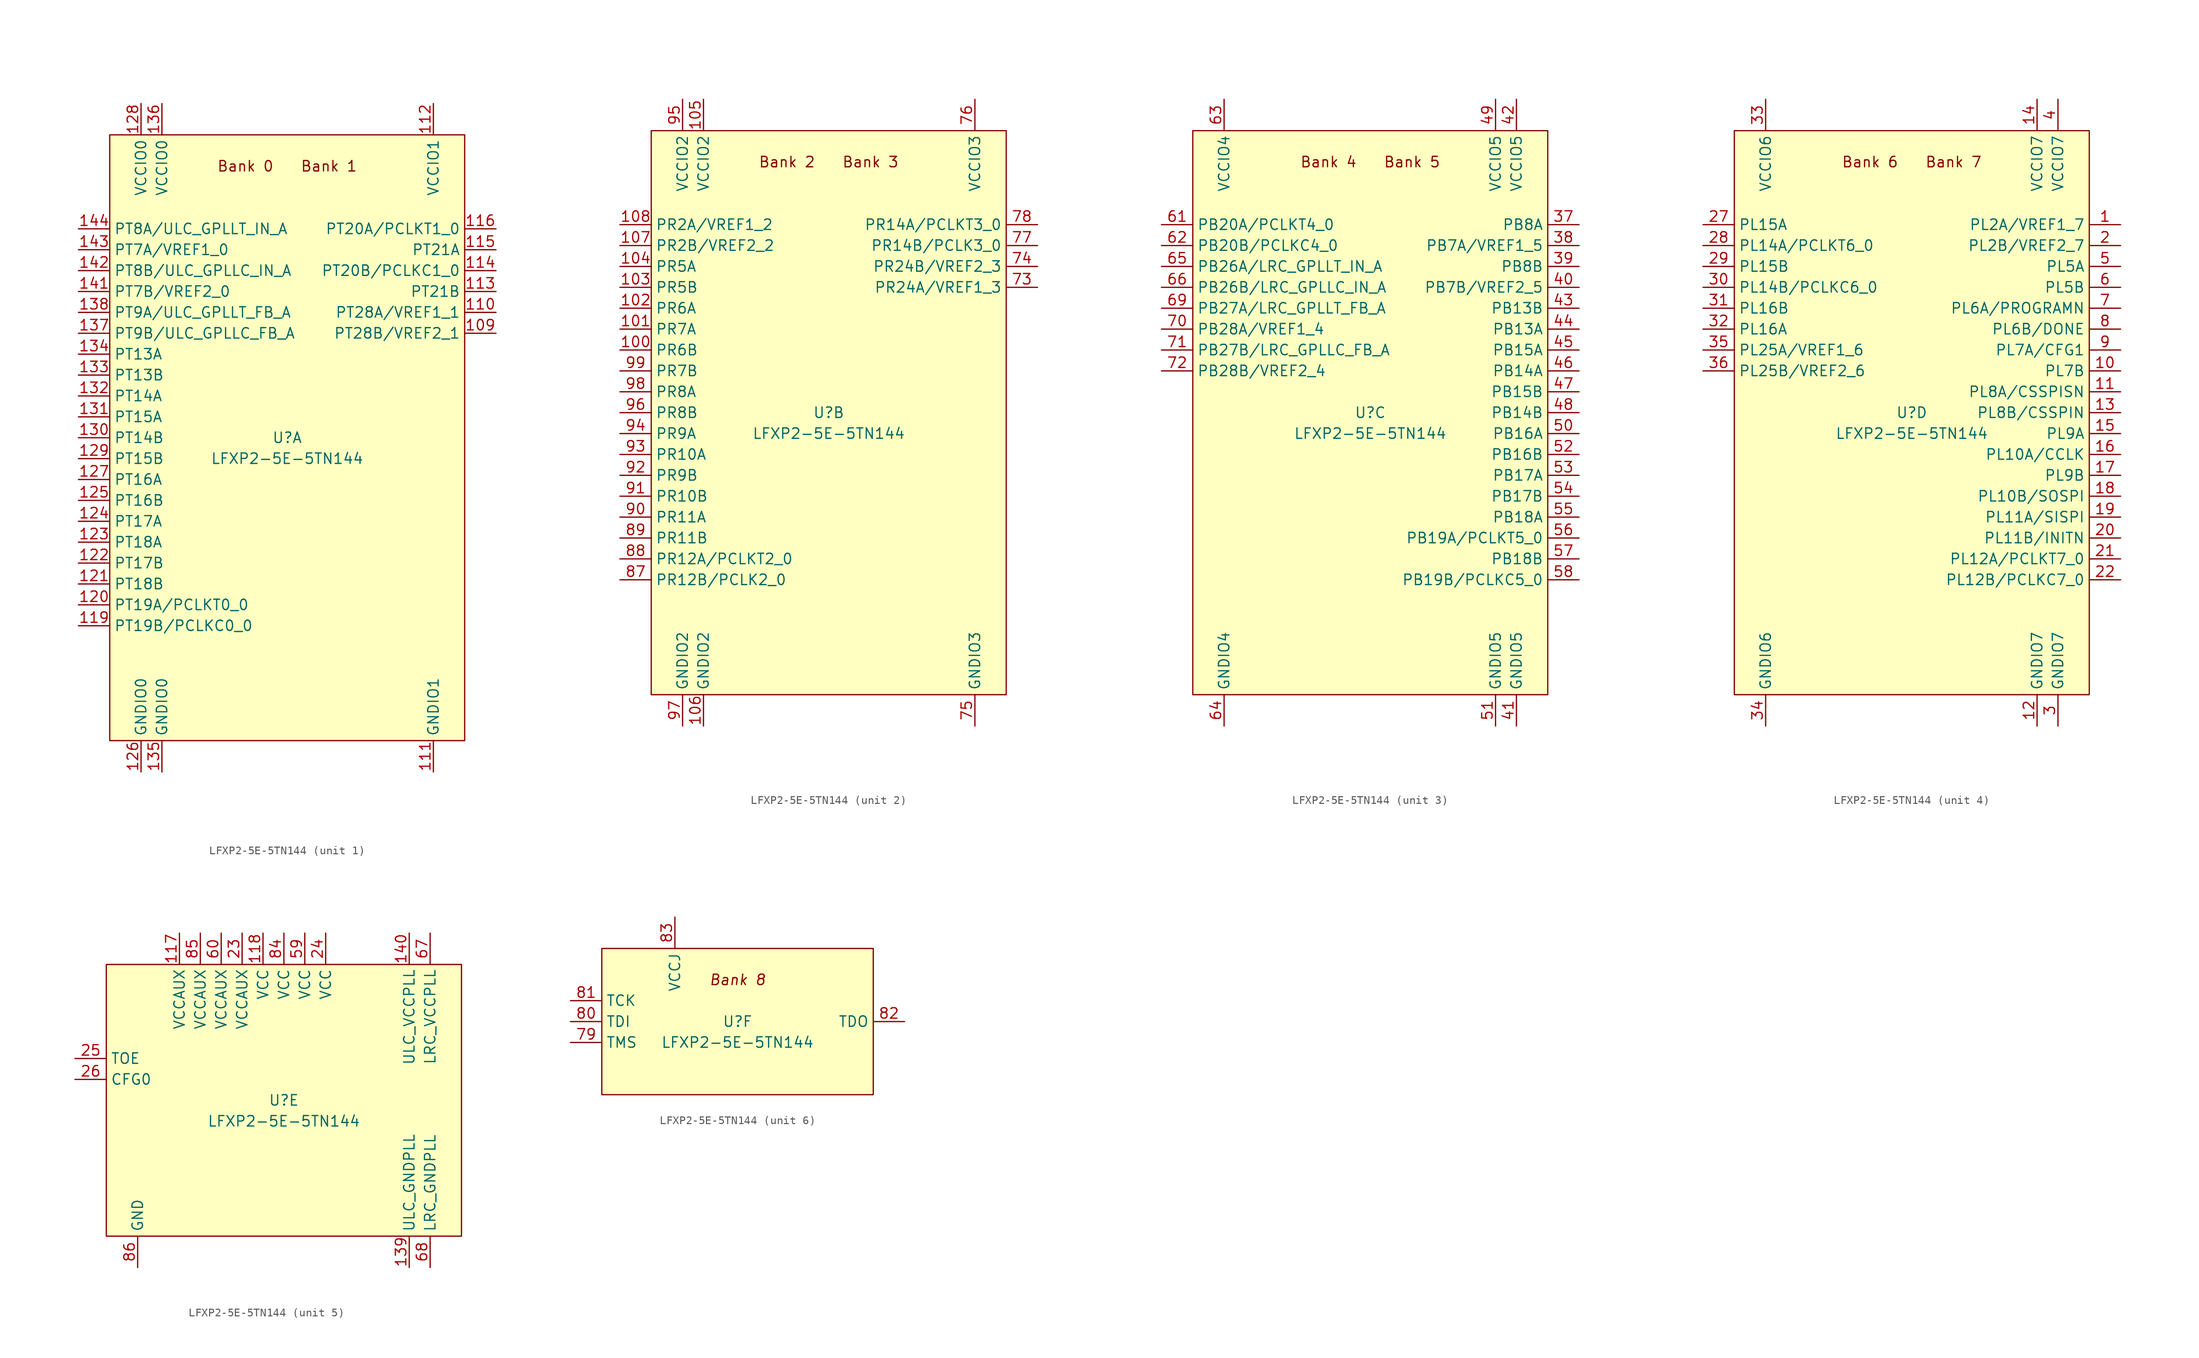
<source format=kicad_sym>
(kicad_symbol_lib
  (version 20201005)
  (generator kicad_symbol_editor)
  (symbol "LFXP2-5E-5TN144"
    (property "Reference" "U"
      (at 0 0 0)
      (effects (font (size 1.27 1.27))))
    (property "Value" "LFXP2-5E-5TN144"
      (at 0 -2.54 0)
      (effects (font (size 1.27 1.27))))
    (property "ki_locked" ""
      (at 0 0 0)
      (effects (font (size 1.27 1.27))))
    (symbol "LFXP2-5E-5TN144_1_0"
      (text "Bank 0" (at -5.08 33.02 0) (effects (font (size 1.27 1.27))))
      (text "Bank 1" (at 5.08 33.02 0) (effects (font (size 1.27 1.27)))))
    (symbol "LFXP2-5E-5TN144_1_1"
      (rectangle (start -21.59 36.83) (end 21.59 -36.83) (stroke (width 0)) (fill (type background)))
      (pin bidirectional line (at 25.4 12.7 180) (length 3.81) (name "PT28B/VREF2_1" (effects (font (size 1.27 1.27)))) (number "109" (effects (font (size 1.27 1.27)))))
      (pin bidirectional line (at 25.4 15.24 180) (length 3.81) (name "PT28A/VREF1_1" (effects (font (size 1.27 1.27)))) (number "110" (effects (font (size 1.27 1.27)))))
      (pin power_in line (at 17.78 -40.64 90) (length 3.81) (name "GNDIO1" (effects (font (size 1.27 1.27)))) (number "111" (effects (font (size 1.27 1.27)))))
      (pin power_in line (at 17.78 40.64 270) (length 3.81) (name "VCCIO1" (effects (font (size 1.27 1.27)))) (number "112" (effects (font (size 1.27 1.27)))))
      (pin bidirectional line (at 25.4 17.78 180) (length 3.81) (name "PT21B" (effects (font (size 1.27 1.27)))) (number "113" (effects (font (size 1.27 1.27)))))
      (pin bidirectional line (at 25.4 20.32 180) (length 3.81) (name "PT20B/PCLKC1_0" (effects (font (size 1.27 1.27)))) (number "114" (effects (font (size 1.27 1.27)))))
      (pin bidirectional line (at 25.4 22.86 180) (length 3.81) (name "PT21A" (effects (font (size 1.27 1.27)))) (number "115" (effects (font (size 1.27 1.27)))))
      (pin bidirectional line (at 25.4 25.4 180) (length 3.81) (name "PT20A/PCLKT1_0" (effects (font (size 1.27 1.27)))) (number "116" (effects (font (size 1.27 1.27)))))
      (pin bidirectional line (at -25.4 -22.86 0) (length 3.81) (name "PT19B/PCLKC0_0" (effects (font (size 1.27 1.27)))) (number "119" (effects (font (size 1.27 1.27)))))
      (pin bidirectional line (at -25.4 -20.32 0) (length 3.81) (name "PT19A/PCLKT0_0" (effects (font (size 1.27 1.27)))) (number "120" (effects (font (size 1.27 1.27)))))
      (pin bidirectional line (at -25.4 -17.78 0) (length 3.81) (name "PT18B" (effects (font (size 1.27 1.27)))) (number "121" (effects (font (size 1.27 1.27)))))
      (pin bidirectional line (at -25.4 -15.24 0) (length 3.81) (name "PT17B" (effects (font (size 1.27 1.27)))) (number "122" (effects (font (size 1.27 1.27)))))
      (pin bidirectional line (at -25.4 -12.7 0) (length 3.81) (name "PT18A" (effects (font (size 1.27 1.27)))) (number "123" (effects (font (size 1.27 1.27)))))
      (pin bidirectional line (at -25.4 -10.16 0) (length 3.81) (name "PT17A" (effects (font (size 1.27 1.27)))) (number "124" (effects (font (size 1.27 1.27)))))
      (pin bidirectional line (at -25.4 -7.62 0) (length 3.81) (name "PT16B" (effects (font (size 1.27 1.27)))) (number "125" (effects (font (size 1.27 1.27)))))
      (pin power_in line (at -17.78 -40.64 90) (length 3.81) (name "GNDIO0" (effects (font (size 1.27 1.27)))) (number "126" (effects (font (size 1.27 1.27)))))
      (pin bidirectional line (at -25.4 -5.08 0) (length 3.81) (name "PT16A" (effects (font (size 1.27 1.27)))) (number "127" (effects (font (size 1.27 1.27)))))
      (pin power_in line (at -17.78 40.64 270) (length 3.81) (name "VCCIO0" (effects (font (size 1.27 1.27)))) (number "128" (effects (font (size 1.27 1.27)))))
      (pin bidirectional line (at -25.4 -2.54 0) (length 3.81) (name "PT15B" (effects (font (size 1.27 1.27)))) (number "129" (effects (font (size 1.27 1.27)))))
      (pin bidirectional line (at -25.4 0 0) (length 3.81) (name "PT14B" (effects (font (size 1.27 1.27)))) (number "130" (effects (font (size 1.27 1.27)))))
      (pin bidirectional line (at -25.4 2.54 0) (length 3.81) (name "PT15A" (effects (font (size 1.27 1.27)))) (number "131" (effects (font (size 1.27 1.27)))))
      (pin bidirectional line (at -25.4 5.08 0) (length 3.81) (name "PT14A" (effects (font (size 1.27 1.27)))) (number "132" (effects (font (size 1.27 1.27)))))
      (pin bidirectional line (at -25.4 7.62 0) (length 3.81) (name "PT13B" (effects (font (size 1.27 1.27)))) (number "133" (effects (font (size 1.27 1.27)))))
      (pin bidirectional line (at -25.4 10.16 0) (length 3.81) (name "PT13A" (effects (font (size 1.27 1.27)))) (number "134" (effects (font (size 1.27 1.27)))))
      (pin power_in line (at -15.24 -40.64 90) (length 3.81) (name "GNDIO0" (effects (font (size 1.27 1.27)))) (number "135" (effects (font (size 1.27 1.27)))))
      (pin power_in line (at -15.24 40.64 270) (length 3.81) (name "VCCIO0" (effects (font (size 1.27 1.27)))) (number "136" (effects (font (size 1.27 1.27)))))
      (pin bidirectional line (at -25.4 12.7 0) (length 3.81) (name "PT9B/ULC_GPLLC_FB_A" (effects (font (size 1.27 1.27)))) (number "137" (effects (font (size 1.27 1.27)))))
      (pin bidirectional line (at -25.4 15.24 0) (length 3.81) (name "PT9A/ULC_GPLLT_FB_A" (effects (font (size 1.27 1.27)))) (number "138" (effects (font (size 1.27 1.27)))))
      (pin bidirectional line (at -25.4 17.78 0) (length 3.81) (name "PT7B/VREF2_0" (effects (font (size 1.27 1.27)))) (number "141" (effects (font (size 1.27 1.27)))))
      (pin bidirectional line (at -25.4 20.32 0) (length 3.81) (name "PT8B/ULC_GPLLC_IN_A" (effects (font (size 1.27 1.27)))) (number "142" (effects (font (size 1.27 1.27)))))
      (pin bidirectional line (at -25.4 22.86 0) (length 3.81) (name "PT7A/VREF1_0" (effects (font (size 1.27 1.27)))) (number "143" (effects (font (size 1.27 1.27)))))
      (pin bidirectional line (at -25.4 25.4 0) (length 3.81) (name "PT8A/ULC_GPLLT_IN_A" (effects (font (size 1.27 1.27)))) (number "144" (effects (font (size 1.27 1.27))))))
    (symbol "LFXP2-5E-5TN144_2_0"
      (text "Bank 2" (at -5.08 30.48 0) (effects (font (size 1.27 1.27))))
      (text "Bank 3" (at 5.08 30.48 0) (effects (font (size 1.27 1.27)))))
    (symbol "LFXP2-5E-5TN144_2_1"
      (rectangle (start -21.59 34.29) (end 21.59 -34.29) (stroke (width 0)) (fill (type background)))
      (pin bidirectional line (at -25.4 7.62 0) (length 3.81) (name "PR6B" (effects (font (size 1.27 1.27)))) (number "100" (effects (font (size 1.27 1.27)))))
      (pin bidirectional line (at -25.4 10.16 0) (length 3.81) (name "PR7A" (effects (font (size 1.27 1.27)))) (number "101" (effects (font (size 1.27 1.27)))))
      (pin bidirectional line (at -25.4 12.7 0) (length 3.81) (name "PR6A" (effects (font (size 1.27 1.27)))) (number "102" (effects (font (size 1.27 1.27)))))
      (pin bidirectional line (at -25.4 15.24 0) (length 3.81) (name "PR5B" (effects (font (size 1.27 1.27)))) (number "103" (effects (font (size 1.27 1.27)))))
      (pin bidirectional line (at -25.4 17.78 0) (length 3.81) (name "PR5A" (effects (font (size 1.27 1.27)))) (number "104" (effects (font (size 1.27 1.27)))))
      (pin power_in line (at -15.24 38.1 270) (length 3.81) (name "VCCIO2" (effects (font (size 1.27 1.27)))) (number "105" (effects (font (size 1.27 1.27)))))
      (pin power_in line (at -15.24 -38.1 90) (length 3.81) (name "GNDIO2" (effects (font (size 1.27 1.27)))) (number "106" (effects (font (size 1.27 1.27)))))
      (pin bidirectional line (at -25.4 20.32 0) (length 3.81) (name "PR2B/VREF2_2" (effects (font (size 1.27 1.27)))) (number "107" (effects (font (size 1.27 1.27)))))
      (pin bidirectional line (at -25.4 22.86 0) (length 3.81) (name "PR2A/VREF1_2" (effects (font (size 1.27 1.27)))) (number "108" (effects (font (size 1.27 1.27)))))
      (pin bidirectional line (at 25.4 15.24 180) (length 3.81) (name "PR24A/VREF1_3" (effects (font (size 1.27 1.27)))) (number "73" (effects (font (size 1.27 1.27)))))
      (pin bidirectional line (at 25.4 17.78 180) (length 3.81) (name "PR24B/VREF2_3" (effects (font (size 1.27 1.27)))) (number "74" (effects (font (size 1.27 1.27)))))
      (pin power_in line (at 17.78 -38.1 90) (length 3.81) (name "GNDIO3" (effects (font (size 1.27 1.27)))) (number "75" (effects (font (size 1.27 1.27)))))
      (pin power_in line (at 17.78 38.1 270) (length 3.81) (name "VCCIO3" (effects (font (size 1.27 1.27)))) (number "76" (effects (font (size 1.27 1.27)))))
      (pin bidirectional line (at 25.4 20.32 180) (length 3.81) (name "PR14B/PCLK3_0" (effects (font (size 1.27 1.27)))) (number "77" (effects (font (size 1.27 1.27)))))
      (pin bidirectional line (at 25.4 22.86 180) (length 3.81) (name "PR14A/PCLKT3_0" (effects (font (size 1.27 1.27)))) (number "78" (effects (font (size 1.27 1.27)))))
      (pin bidirectional line (at -25.4 -20.32 0) (length 3.81) (name "PR12B/PCLK2_0" (effects (font (size 1.27 1.27)))) (number "87" (effects (font (size 1.27 1.27)))))
      (pin bidirectional line (at -25.4 -17.78 0) (length 3.81) (name "PR12A/PCLKT2_0" (effects (font (size 1.27 1.27)))) (number "88" (effects (font (size 1.27 1.27)))))
      (pin bidirectional line (at -25.4 -15.24 0) (length 3.81) (name "PR11B" (effects (font (size 1.27 1.27)))) (number "89" (effects (font (size 1.27 1.27)))))
      (pin bidirectional line (at -25.4 -12.7 0) (length 3.81) (name "PR11A" (effects (font (size 1.27 1.27)))) (number "90" (effects (font (size 1.27 1.27)))))
      (pin bidirectional line (at -25.4 -10.16 0) (length 3.81) (name "PR10B" (effects (font (size 1.27 1.27)))) (number "91" (effects (font (size 1.27 1.27)))))
      (pin bidirectional line (at -25.4 -7.62 0) (length 3.81) (name "PR9B" (effects (font (size 1.27 1.27)))) (number "92" (effects (font (size 1.27 1.27)))))
      (pin bidirectional line (at -25.4 -5.08 0) (length 3.81) (name "PR10A" (effects (font (size 1.27 1.27)))) (number "93" (effects (font (size 1.27 1.27)))))
      (pin bidirectional line (at -25.4 -2.54 0) (length 3.81) (name "PR9A" (effects (font (size 1.27 1.27)))) (number "94" (effects (font (size 1.27 1.27)))))
      (pin power_in line (at -17.78 38.1 270) (length 3.81) (name "VCCIO2" (effects (font (size 1.27 1.27)))) (number "95" (effects (font (size 1.27 1.27)))))
      (pin bidirectional line (at -25.4 0 0) (length 3.81) (name "PR8B" (effects (font (size 1.27 1.27)))) (number "96" (effects (font (size 1.27 1.27)))))
      (pin power_in line (at -17.78 -38.1 90) (length 3.81) (name "GNDIO2" (effects (font (size 1.27 1.27)))) (number "97" (effects (font (size 1.27 1.27)))))
      (pin bidirectional line (at -25.4 2.54 0) (length 3.81) (name "PR8A" (effects (font (size 1.27 1.27)))) (number "98" (effects (font (size 1.27 1.27)))))
      (pin bidirectional line (at -25.4 5.08 0) (length 3.81) (name "PR7B" (effects (font (size 1.27 1.27)))) (number "99" (effects (font (size 1.27 1.27))))))
    (symbol "LFXP2-5E-5TN144_3_0"
      (text "Bank 4" (at -5.08 30.48 0) (effects (font (size 1.27 1.27))))
      (text "Bank 5" (at 5.08 30.48 0) (effects (font (size 1.27 1.27)))))
    (symbol "LFXP2-5E-5TN144_3_1"
      (rectangle (start -21.59 34.29) (end 21.59 -34.29) (stroke (width 0)) (fill (type background)))
      (pin bidirectional line (at 25.4 22.86 180) (length 3.81) (name "PB8A" (effects (font (size 1.27 1.27)))) (number "37" (effects (font (size 1.27 1.27)))))
      (pin bidirectional line (at 25.4 20.32 180) (length 3.81) (name "PB7A/VREF1_5" (effects (font (size 1.27 1.27)))) (number "38" (effects (font (size 1.27 1.27)))))
      (pin bidirectional line (at 25.4 17.78 180) (length 3.81) (name "PB8B" (effects (font (size 1.27 1.27)))) (number "39" (effects (font (size 1.27 1.27)))))
      (pin bidirectional line (at 25.4 15.24 180) (length 3.81) (name "PB7B/VREF2_5" (effects (font (size 1.27 1.27)))) (number "40" (effects (font (size 1.27 1.27)))))
      (pin power_in line (at 17.78 -38.1 90) (length 3.81) (name "GNDIO5" (effects (font (size 1.27 1.27)))) (number "41" (effects (font (size 1.27 1.27)))))
      (pin power_in line (at 17.78 38.1 270) (length 3.81) (name "VCCIO5" (effects (font (size 1.27 1.27)))) (number "42" (effects (font (size 1.27 1.27)))))
      (pin bidirectional line (at 25.4 12.7 180) (length 3.81) (name "PB13B" (effects (font (size 1.27 1.27)))) (number "43" (effects (font (size 1.27 1.27)))))
      (pin bidirectional line (at 25.4 10.16 180) (length 3.81) (name "PB13A" (effects (font (size 1.27 1.27)))) (number "44" (effects (font (size 1.27 1.27)))))
      (pin bidirectional line (at 25.4 7.62 180) (length 3.81) (name "PB15A" (effects (font (size 1.27 1.27)))) (number "45" (effects (font (size 1.27 1.27)))))
      (pin bidirectional line (at 25.4 5.08 180) (length 3.81) (name "PB14A" (effects (font (size 1.27 1.27)))) (number "46" (effects (font (size 1.27 1.27)))))
      (pin bidirectional line (at 25.4 2.54 180) (length 3.81) (name "PB15B" (effects (font (size 1.27 1.27)))) (number "47" (effects (font (size 1.27 1.27)))))
      (pin bidirectional line (at 25.4 0 180) (length 3.81) (name "PB14B" (effects (font (size 1.27 1.27)))) (number "48" (effects (font (size 1.27 1.27)))))
      (pin power_in line (at 15.24 38.1 270) (length 3.81) (name "VCCIO5" (effects (font (size 1.27 1.27)))) (number "49" (effects (font (size 1.27 1.27)))))
      (pin bidirectional line (at 25.4 -2.54 180) (length 3.81) (name "PB16A" (effects (font (size 1.27 1.27)))) (number "50" (effects (font (size 1.27 1.27)))))
      (pin power_in line (at 15.24 -38.1 90) (length 3.81) (name "GNDIO5" (effects (font (size 1.27 1.27)))) (number "51" (effects (font (size 1.27 1.27)))))
      (pin bidirectional line (at 25.4 -5.08 180) (length 3.81) (name "PB16B" (effects (font (size 1.27 1.27)))) (number "52" (effects (font (size 1.27 1.27)))))
      (pin bidirectional line (at 25.4 -7.62 180) (length 3.81) (name "PB17A" (effects (font (size 1.27 1.27)))) (number "53" (effects (font (size 1.27 1.27)))))
      (pin bidirectional line (at 25.4 -10.16 180) (length 3.81) (name "PB17B" (effects (font (size 1.27 1.27)))) (number "54" (effects (font (size 1.27 1.27)))))
      (pin bidirectional line (at 25.4 -12.7 180) (length 3.81) (name "PB18A" (effects (font (size 1.27 1.27)))) (number "55" (effects (font (size 1.27 1.27)))))
      (pin bidirectional line (at 25.4 -15.24 180) (length 3.81) (name "PB19A/PCLKT5_0" (effects (font (size 1.27 1.27)))) (number "56" (effects (font (size 1.27 1.27)))))
      (pin bidirectional line (at 25.4 -17.78 180) (length 3.81) (name "PB18B" (effects (font (size 1.27 1.27)))) (number "57" (effects (font (size 1.27 1.27)))))
      (pin bidirectional line (at 25.4 -20.32 180) (length 3.81) (name "PB19B/PCLKC5_0" (effects (font (size 1.27 1.27)))) (number "58" (effects (font (size 1.27 1.27)))))
      (pin bidirectional line (at -25.4 22.86 0) (length 3.81) (name "PB20A/PCLKT4_0" (effects (font (size 1.27 1.27)))) (number "61" (effects (font (size 1.27 1.27)))))
      (pin bidirectional line (at -25.4 20.32 0) (length 3.81) (name "PB20B/PCLKC4_0" (effects (font (size 1.27 1.27)))) (number "62" (effects (font (size 1.27 1.27)))))
      (pin power_in line (at -17.78 38.1 270) (length 3.81) (name "VCCIO4" (effects (font (size 1.27 1.27)))) (number "63" (effects (font (size 1.27 1.27)))))
      (pin power_in line (at -17.78 -38.1 90) (length 3.81) (name "GNDIO4" (effects (font (size 1.27 1.27)))) (number "64" (effects (font (size 1.27 1.27)))))
      (pin bidirectional line (at -25.4 17.78 0) (length 3.81) (name "PB26A/LRC_GPLLT_IN_A" (effects (font (size 1.27 1.27)))) (number "65" (effects (font (size 1.27 1.27)))))
      (pin bidirectional line (at -25.4 15.24 0) (length 3.81) (name "PB26B/LRC_GPLLC_IN_A" (effects (font (size 1.27 1.27)))) (number "66" (effects (font (size 1.27 1.27)))))
      (pin bidirectional line (at -25.4 12.7 0) (length 3.81) (name "PB27A/LRC_GPLLT_FB_A" (effects (font (size 1.27 1.27)))) (number "69" (effects (font (size 1.27 1.27)))))
      (pin bidirectional line (at -25.4 10.16 0) (length 3.81) (name "PB28A/VREF1_4" (effects (font (size 1.27 1.27)))) (number "70" (effects (font (size 1.27 1.27)))))
      (pin bidirectional line (at -25.4 7.62 0) (length 3.81) (name "PB27B/LRC_GPLLC_FB_A" (effects (font (size 1.27 1.27)))) (number "71" (effects (font (size 1.27 1.27)))))
      (pin bidirectional line (at -25.4 5.08 0) (length 3.81) (name "PB28B/VREF2_4" (effects (font (size 1.27 1.27)))) (number "72" (effects (font (size 1.27 1.27))))))
    (symbol "LFXP2-5E-5TN144_4_0"
      (text "Bank 6" (at -5.08 30.48 0) (effects (font (size 1.27 1.27))))
      (text "Bank 7" (at 5.08 30.48 0) (effects (font (size 1.27 1.27)))))
    (symbol "LFXP2-5E-5TN144_4_1"
      (rectangle (start -21.59 34.29) (end 21.59 -34.29) (stroke (width 0)) (fill (type background)))
      (pin bidirectional line (at 25.4 22.86 180) (length 3.81) (name "PL2A/VREF1_7" (effects (font (size 1.27 1.27)))) (number "1" (effects (font (size 1.27 1.27)))))
      (pin bidirectional line (at 25.4 5.08 180) (length 3.81) (name "PL7B" (effects (font (size 1.27 1.27)))) (number "10" (effects (font (size 1.27 1.27)))))
      (pin bidirectional line (at 25.4 2.54 180) (length 3.81) (name "PL8A/CSSPISN" (effects (font (size 1.27 1.27)))) (number "11" (effects (font (size 1.27 1.27)))))
      (pin power_in line (at 15.24 -38.1 90) (length 3.81) (name "GNDIO7" (effects (font (size 1.27 1.27)))) (number "12" (effects (font (size 1.27 1.27)))))
      (pin bidirectional line (at 25.4 0 180) (length 3.81) (name "PL8B/CSSPIN" (effects (font (size 1.27 1.27)))) (number "13" (effects (font (size 1.27 1.27)))))
      (pin power_in line (at 15.24 38.1 270) (length 3.81) (name "VCCIO7" (effects (font (size 1.27 1.27)))) (number "14" (effects (font (size 1.27 1.27)))))
      (pin bidirectional line (at 25.4 -2.54 180) (length 3.81) (name "PL9A" (effects (font (size 1.27 1.27)))) (number "15" (effects (font (size 1.27 1.27)))))
      (pin bidirectional line (at 25.4 -5.08 180) (length 3.81) (name "PL10A/CCLK" (effects (font (size 1.27 1.27)))) (number "16" (effects (font (size 1.27 1.27)))))
      (pin bidirectional line (at 25.4 -7.62 180) (length 3.81) (name "PL9B" (effects (font (size 1.27 1.27)))) (number "17" (effects (font (size 1.27 1.27)))))
      (pin bidirectional line (at 25.4 -10.16 180) (length 3.81) (name "PL10B/SOSPI" (effects (font (size 1.27 1.27)))) (number "18" (effects (font (size 1.27 1.27)))))
      (pin bidirectional line (at 25.4 -12.7 180) (length 3.81) (name "PL11A/SISPI" (effects (font (size 1.27 1.27)))) (number "19" (effects (font (size 1.27 1.27)))))
      (pin bidirectional line (at 25.4 20.32 180) (length 3.81) (name "PL2B/VREF2_7" (effects (font (size 1.27 1.27)))) (number "2" (effects (font (size 1.27 1.27)))))
      (pin bidirectional line (at 25.4 -15.24 180) (length 3.81) (name "PL11B/INITN" (effects (font (size 1.27 1.27)))) (number "20" (effects (font (size 1.27 1.27)))))
      (pin bidirectional line (at 25.4 -17.78 180) (length 3.81) (name "PL12A/PCLKT7_0" (effects (font (size 1.27 1.27)))) (number "21" (effects (font (size 1.27 1.27)))))
      (pin bidirectional line (at 25.4 -20.32 180) (length 3.81) (name "PL12B/PCLKC7_0" (effects (font (size 1.27 1.27)))) (number "22" (effects (font (size 1.27 1.27)))))
      (pin bidirectional line (at -25.4 22.86 0) (length 3.81) (name "PL15A" (effects (font (size 1.27 1.27)))) (number "27" (effects (font (size 1.27 1.27)))))
      (pin bidirectional line (at -25.4 20.32 0) (length 3.81) (name "PL14A/PCLKT6_0" (effects (font (size 1.27 1.27)))) (number "28" (effects (font (size 1.27 1.27)))))
      (pin bidirectional line (at -25.4 17.78 0) (length 3.81) (name "PL15B" (effects (font (size 1.27 1.27)))) (number "29" (effects (font (size 1.27 1.27)))))
      (pin power_in line (at 17.78 -38.1 90) (length 3.81) (name "GNDIO7" (effects (font (size 1.27 1.27)))) (number "3" (effects (font (size 1.27 1.27)))))
      (pin bidirectional line (at -25.4 15.24 0) (length 3.81) (name "PL14B/PCLKC6_0" (effects (font (size 1.27 1.27)))) (number "30" (effects (font (size 1.27 1.27)))))
      (pin bidirectional line (at -25.4 12.7 0) (length 3.81) (name "PL16B" (effects (font (size 1.27 1.27)))) (number "31" (effects (font (size 1.27 1.27)))))
      (pin bidirectional line (at -25.4 10.16 0) (length 3.81) (name "PL16A" (effects (font (size 1.27 1.27)))) (number "32" (effects (font (size 1.27 1.27)))))
      (pin power_in line (at -17.78 38.1 270) (length 3.81) (name "VCCIO6" (effects (font (size 1.27 1.27)))) (number "33" (effects (font (size 1.27 1.27)))))
      (pin power_in line (at -17.78 -38.1 90) (length 3.81) (name "GNDIO6" (effects (font (size 1.27 1.27)))) (number "34" (effects (font (size 1.27 1.27)))))
      (pin bidirectional line (at -25.4 7.62 0) (length 3.81) (name "PL25A/VREF1_6" (effects (font (size 1.27 1.27)))) (number "35" (effects (font (size 1.27 1.27)))))
      (pin bidirectional line (at -25.4 5.08 0) (length 3.81) (name "PL25B/VREF2_6" (effects (font (size 1.27 1.27)))) (number "36" (effects (font (size 1.27 1.27)))))
      (pin power_in line (at 17.78 38.1 270) (length 3.81) (name "VCCIO7" (effects (font (size 1.27 1.27)))) (number "4" (effects (font (size 1.27 1.27)))))
      (pin bidirectional line (at 25.4 17.78 180) (length 3.81) (name "PL5A" (effects (font (size 1.27 1.27)))) (number "5" (effects (font (size 1.27 1.27)))))
      (pin bidirectional line (at 25.4 15.24 180) (length 3.81) (name "PL5B" (effects (font (size 1.27 1.27)))) (number "6" (effects (font (size 1.27 1.27)))))
      (pin bidirectional line (at 25.4 12.7 180) (length 3.81) (name "PL6A/PROGRAMN" (effects (font (size 1.27 1.27)))) (number "7" (effects (font (size 1.27 1.27)))))
      (pin bidirectional line (at 25.4 10.16 180) (length 3.81) (name "PL6B/DONE" (effects (font (size 1.27 1.27)))) (number "8" (effects (font (size 1.27 1.27)))))
      (pin bidirectional line (at 25.4 7.62 180) (length 3.81) (name "PL7A/CFG1" (effects (font (size 1.27 1.27)))) (number "9" (effects (font (size 1.27 1.27))))))
    (symbol "LFXP2-5E-5TN144_5_1"
      (rectangle (start -21.59 16.51) (end 21.59 -16.51) (stroke (width 0)) (fill (type background)))
      (pin power_in line (at -12.7 20.32 270) (length 3.81) (name "VCCAUX" (effects (font (size 1.27 1.27)))) (number "117" (effects (font (size 1.27 1.27)))))
      (pin power_in line (at -2.54 20.32 270) (length 3.81) (name "VCC" (effects (font (size 1.27 1.27)))) (number "118" (effects (font (size 1.27 1.27)))))
      (pin power_in line (at 15.24 -20.32 90) (length 3.81) (name "ULC_GNDPLL" (effects (font (size 1.27 1.27)))) (number "139" (effects (font (size 1.27 1.27)))))
      (pin power_in line (at 15.24 20.32 270) (length 3.81) (name "ULC_VCCPLL" (effects (font (size 1.27 1.27)))) (number "140" (effects (font (size 1.27 1.27)))))
      (pin power_in line (at -5.08 20.32 270) (length 3.81) (name "VCCAUX" (effects (font (size 1.27 1.27)))) (number "23" (effects (font (size 1.27 1.27)))))
      (pin power_in line (at 5.08 20.32 270) (length 3.81) (name "VCC" (effects (font (size 1.27 1.27)))) (number "24" (effects (font (size 1.27 1.27)))))
      (pin input line (at -25.4 5.08 0) (length 3.81) (name "TOE" (effects (font (size 1.27 1.27)))) (number "25" (effects (font (size 1.27 1.27)))))
      (pin input line (at -25.4 2.54 0) (length 3.81) (name "CFG0" (effects (font (size 1.27 1.27)))) (number "26" (effects (font (size 1.27 1.27)))))
      (pin power_in line (at 2.54 20.32 270) (length 3.81) (name "VCC" (effects (font (size 1.27 1.27)))) (number "59" (effects (font (size 1.27 1.27)))))
      (pin power_in line (at -7.62 20.32 270) (length 3.81) (name "VCCAUX" (effects (font (size 1.27 1.27)))) (number "60" (effects (font (size 1.27 1.27)))))
      (pin power_in line (at 17.78 20.32 270) (length 3.81) (name "LRC_VCCPLL" (effects (font (size 1.27 1.27)))) (number "67" (effects (font (size 1.27 1.27)))))
      (pin power_in line (at 17.78 -20.32 90) (length 3.81) (name "LRC_GNDPLL" (effects (font (size 1.27 1.27)))) (number "68" (effects (font (size 1.27 1.27)))))
      (pin power_in line (at 0 20.32 270) (length 3.81) (name "VCC" (effects (font (size 1.27 1.27)))) (number "84" (effects (font (size 1.27 1.27)))))
      (pin power_in line (at -10.16 20.32 270) (length 3.81) (name "VCCAUX" (effects (font (size 1.27 1.27)))) (number "85" (effects (font (size 1.27 1.27)))))
      (pin power_in line (at -17.78 -20.32 90) (length 3.81) (name "GND" (effects (font (size 1.27 1.27)))) (number "86" (effects (font (size 1.27 1.27))))))
    (symbol "LFXP2-5E-5TN144_6_0"
      (text "Bank 8" (at 0 5.08 0) (effects (font (size 1.27 1.27) italic)))
      (rectangle (start -16.51 8.89) (end 16.51 -8.89) (stroke (width 0)) (fill (type background))))
    (symbol "LFXP2-5E-5TN144_6_1"
      (pin input line (at -20.32 -2.54 0) (length 3.81) (name "TMS" (effects (font (size 1.27 1.27)))) (number "79" (effects (font (size 1.27 1.27)))))
      (pin input line (at -20.32 0 0) (length 3.81) (name "TDI" (effects (font (size 1.27 1.27)))) (number "80" (effects (font (size 1.27 1.27)))))
      (pin input line (at -20.32 2.54 0) (length 3.81) (name "TCK" (effects (font (size 1.27 1.27)))) (number "81" (effects (font (size 1.27 1.27)))))
      (pin output line (at 20.32 0 180) (length 3.81) (name "TDO" (effects (font (size 1.27 1.27)))) (number "82" (effects (font (size 1.27 1.27)))))
      (pin power_in line (at -7.62 12.7 270) (length 3.81) (name "VCCJ" (effects (font (size 1.27 1.27)))) (number "83" (effects (font (size 1.27 1.27))))))))
</source>
